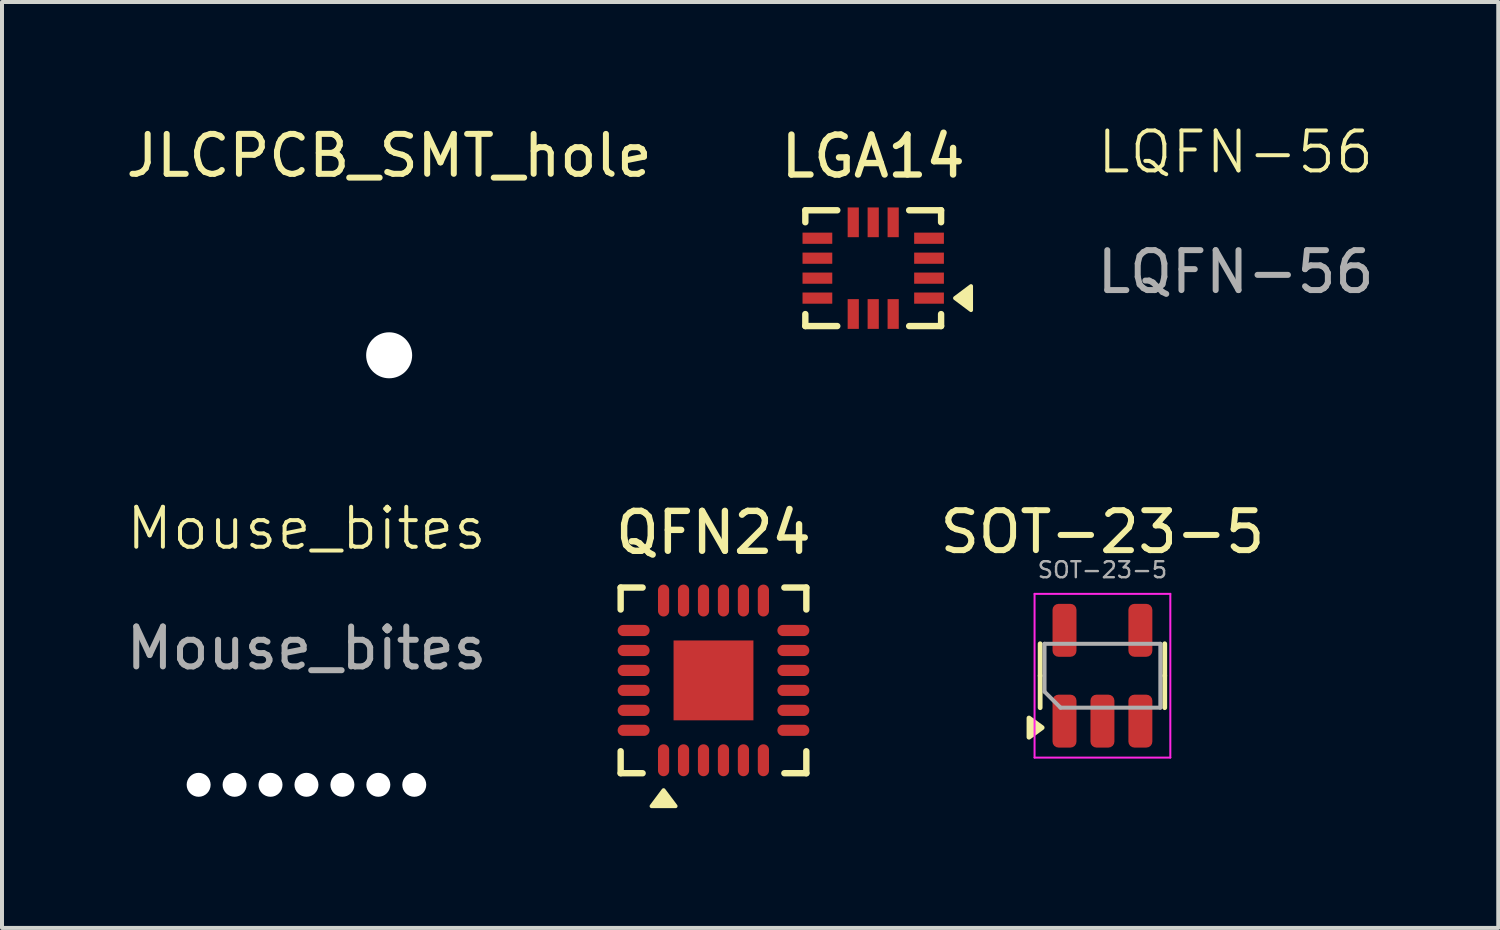
<source format=kicad_pcb>
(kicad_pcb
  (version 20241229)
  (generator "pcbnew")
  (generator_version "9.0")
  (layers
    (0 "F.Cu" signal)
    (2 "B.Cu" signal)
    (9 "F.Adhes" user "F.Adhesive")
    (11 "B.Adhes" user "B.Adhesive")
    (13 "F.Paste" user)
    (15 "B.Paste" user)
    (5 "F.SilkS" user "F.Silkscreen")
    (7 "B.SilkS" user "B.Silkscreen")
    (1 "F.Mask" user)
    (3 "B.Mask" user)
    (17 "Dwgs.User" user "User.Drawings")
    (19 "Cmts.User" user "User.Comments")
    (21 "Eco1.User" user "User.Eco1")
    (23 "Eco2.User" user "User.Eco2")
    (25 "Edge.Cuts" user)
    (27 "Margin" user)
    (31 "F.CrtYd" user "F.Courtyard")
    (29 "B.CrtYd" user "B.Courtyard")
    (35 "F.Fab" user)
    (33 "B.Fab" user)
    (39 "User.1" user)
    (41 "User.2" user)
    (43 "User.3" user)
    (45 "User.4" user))
  (footprint "JLCPCB_SMT_hole"
    (layer "F.Cu")
    (at 6.696 5.848)
    (property "Reference" "JLCPCB_SMT_hole" (at 0 -5 0) (layer "F.SilkS") (effects (font (size 1 1) (thickness 0.15))))
    (attr board_only exclude_from_pos_files exclude_from_bom)
    (pad "" np_thru_hole circle (at 0 0) (size 1.152 1.152) (drill 1.152) (layers "*.Cu" "*.Mask")))
  (footprint "LGA14"
    (layer "F.Cu")
    (at 18.819 3.666)
    (property "Reference" "LGA14" (at 0 -2.8 0) (layer "F.SilkS") (effects (font (size 1 1) (thickness 0.16))))
    (attr smd)
    (fp_line (start -1.7 -1.45) (end -1.7 -1.15) (stroke (width 0.16) (type solid)) (layer "F.SilkS"))
    (fp_line (start -1.7 -1.45) (end -0.9 -1.45) (stroke (width 0.16) (type solid)) (layer "F.SilkS"))
    (fp_line (start -1.7 1.15) (end -1.7 1.45) (stroke (width 0.16) (type solid)) (layer "F.SilkS"))
    (fp_line (start -1.7 1.45) (end -0.9 1.45) (stroke (width 0.16) (type solid)) (layer "F.SilkS"))
    (fp_line (start 1.7 -1.45) (end 0.9 -1.45) (stroke (width 0.16) (type solid)) (layer "F.SilkS"))
    (fp_line (start 1.7 -1.15) (end 1.7 -1.45) (stroke (width 0.16) (type solid)) (layer "F.SilkS"))
    (fp_line (start 1.7 1.45) (end 0.9 1.45) (stroke (width 0.16) (type solid)) (layer "F.SilkS"))
    (fp_line (start 1.7 1.45) (end 1.7 1.15) (stroke (width 0.16) (type solid)) (layer "F.SilkS"))
    (fp_poly (pts (xy 2.45 0.45) (xy 2.45 1.05) (xy 2.05 0.75)) (stroke (width 0.1) (type solid)) (fill yes) (layer "F.SilkS"))
    (pad "1" smd rect (at 1.398 0.75 180) (size 0.745 0.28) (layers "F.Cu" "F.Mask" "F.Paste"))
    (pad "2" smd rect (at 1.398 0.25 180) (size 0.745 0.28) (layers "F.Cu" "F.Mask" "F.Paste"))
    (pad "3" smd rect (at 1.398 -0.25 180) (size 0.745 0.28) (layers "F.Cu" "F.Mask" "F.Paste"))
    (pad "4" smd rect (at 1.398 -0.75 180) (size 0.745 0.28) (layers "F.Cu" "F.Mask" "F.Paste"))
    (pad "5" smd rect (at 0.5 -1.148 270) (size 0.745 0.28) (layers "F.Cu" "F.Mask" "F.Paste"))
    (pad "6" smd rect (at 0 -1.148 270) (size 0.745 0.28) (layers "F.Cu" "F.Mask" "F.Paste"))
    (pad "7" smd rect (at -0.5 -1.148 270) (size 0.745 0.28) (layers "F.Cu" "F.Mask" "F.Paste"))
    (pad "8" smd rect (at -1.398 -0.75 180) (size 0.745 0.28) (layers "F.Cu" "F.Mask" "F.Paste"))
    (pad "9" smd rect (at -1.398 -0.25 180) (size 0.745 0.28) (layers "F.Cu" "F.Mask" "F.Paste"))
    (pad "10" smd rect (at -1.398 0.25 180) (size 0.745 0.28) (layers "F.Cu" "F.Mask" "F.Paste"))
    (pad "11" smd rect (at -1.398 0.75 180) (size 0.745 0.28) (layers "F.Cu" "F.Mask" "F.Paste"))
    (pad "12" smd rect (at -0.5 1.148 270) (size 0.745 0.28) (layers "F.Cu" "F.Mask" "F.Paste"))
    (pad "13" smd rect (at 0 1.148 270) (size 0.745 0.28) (layers "F.Cu" "F.Mask" "F.Paste"))
    (pad "14" smd rect (at 0.5 1.148 270) (size 0.745 0.28) (layers "F.Cu" "F.Mask" "F.Paste"))
    (zone (net_name "") (layer "F.Cu") (hatch edge 0.5) (connect_pads) (min_thickness 0.25) (filled_areas_thickness no) (keepout (tracks allowed) (vias allowed) (pads allowed) (copperpour not_allowed) (footprints allowed)) (placement (enabled no)) (fill) (polygon (pts (xy 17.419 2.516) (xy 20.219 2.516) (xy 20.219 4.816) (xy 17.419 4.816)))))
  (footprint "LQFN-56"
    (layer "F.Cu")
    (at 27.896 1.26)
    (property "Reference" "LQFN-56" (at 0 -0.5 0) (unlocked yes) (layer "F.SilkS") (effects (font (size 1 1) (thickness 0.1))))
    (attr smd)
    (fp_text user "${REFERENCE}" (at 0 2.5 0) (unlocked yes) (layer "F.Fab") (effects (font (size 1 1) (thickness 0.15)))))
  (footprint "Mouse_bites"
    (layer "F.Cu")
    (at 4.625 16.605)
    (property "Reference" "Mouse_bites" (at 0 -6.42 0) (unlocked yes) (layer "F.SilkS") (effects (font (size 1 1) (thickness 0.1))))
    (attr through_hole)
    (fp_text user "${REFERENCE}" (at 0 -3.42 0) (unlocked yes) (layer "F.Fab") (effects (font (size 1 1) (thickness 0.15))))
    (pad "" np_thru_hole circle (at -2.7 0) (size 0.6 0.6) (drill 0.6) (layers "*.Cu" "*.Mask"))
    (pad "" np_thru_hole circle (at -1.8 0) (size 0.6 0.6) (drill 0.6) (layers "*.Cu" "*.Mask"))
    (pad "" np_thru_hole circle (at -0.9 0) (size 0.6 0.6) (drill 0.6) (layers "*.Cu" "*.Mask"))
    (pad "" np_thru_hole circle (at 0 0) (size 0.6 0.6) (drill 0.6) (layers "*.Cu" "*.Mask"))
    (pad "" np_thru_hole circle (at 0.9 0) (size 0.6 0.6) (drill 0.6) (layers "*.Cu" "*.Mask"))
    (pad "" np_thru_hole circle (at 1.8 0) (size 0.6 0.6) (drill 0.6) (layers "*.Cu" "*.Mask"))
    (pad "" np_thru_hole circle (at 2.7 0) (size 0.6 0.6) (drill 0.6) (layers "*.Cu" "*.Mask")))
  (footprint "QFN24"
    (layer "F.Cu")
    (at 14.819 13.99)
    (property "Reference" "QFN24" (at 0 -3.7 0) (layer "F.SilkS") (effects (font (size 1 1) (thickness 0.16))))
    (attr smd)
    (fp_line (start -2.325 -2.325) (end -2.325 -1.775) (stroke (width 0.16) (type solid)) (layer "F.SilkS"))
    (fp_line (start -2.325 -2.325) (end -1.775 -2.325) (stroke (width 0.16) (type solid)) (layer "F.SilkS"))
    (fp_line (start -2.325 2.325) (end -2.325 1.775) (stroke (width 0.16) (type solid)) (layer "F.SilkS"))
    (fp_line (start -2.325 2.325) (end -1.775 2.325) (stroke (width 0.16) (type solid)) (layer "F.SilkS"))
    (fp_line (start 2.325 -2.325) (end 1.775 -2.325) (stroke (width 0.16) (type solid)) (layer "F.SilkS"))
    (fp_line (start 2.325 -2.325) (end 2.325 -1.775) (stroke (width 0.16) (type solid)) (layer "F.SilkS"))
    (fp_line (start 2.325 2.325) (end 1.775 2.325) (stroke (width 0.16) (type solid)) (layer "F.SilkS"))
    (fp_line (start 2.325 2.325) (end 2.325 1.775) (stroke (width 0.16) (type solid)) (layer "F.SilkS"))
    (fp_poly (pts (xy -0.95 3.15) (xy -1.55 3.15) (xy -1.25 2.75)) (stroke (width 0.1) (type solid)) (fill yes) (layer "F.SilkS"))
    (pad "" smd rect (at 0 0) (size 2 2) (layers "F.Cu" "F.Mask" "F.Paste"))
    (pad "1" smd oval (at -1.25 2) (size 0.28 0.8) (layers "F.Cu" "F.Mask" "F.Paste"))
    (pad "2" smd oval (at -0.75 2) (size 0.28 0.8) (layers "F.Cu" "F.Mask" "F.Paste"))
    (pad "3" smd oval (at -0.25 2) (size 0.28 0.8) (layers "F.Cu" "F.Mask" "F.Paste"))
    (pad "4" smd oval (at 0.25 2) (size 0.28 0.8) (layers "F.Cu" "F.Mask" "F.Paste"))
    (pad "5" smd oval (at 0.75 2) (size 0.28 0.8) (layers "F.Cu" "F.Mask" "F.Paste"))
    (pad "6" smd oval (at 1.25 2) (size 0.28 0.8) (layers "F.Cu" "F.Mask" "F.Paste"))
    (pad "7" smd oval (at 2 1.25 90) (size 0.28 0.8) (layers "F.Cu" "F.Mask" "F.Paste"))
    (pad "8" smd oval (at 2 0.75 90) (size 0.28 0.8) (layers "F.Cu" "F.Mask" "F.Paste"))
    (pad "9" smd oval (at 2 0.25 90) (size 0.28 0.8) (layers "F.Cu" "F.Mask" "F.Paste"))
    (pad "10" smd oval (at 2 -0.25 90) (size 0.28 0.8) (layers "F.Cu" "F.Mask" "F.Paste"))
    (pad "11" smd oval (at 2 -0.75 90) (size 0.28 0.8) (layers "F.Cu" "F.Mask" "F.Paste"))
    (pad "12" smd oval (at 2 -1.25 90) (size 0.28 0.8) (layers "F.Cu" "F.Mask" "F.Paste"))
    (pad "13" smd oval (at 1.25 -2) (size 0.28 0.8) (layers "F.Cu" "F.Mask" "F.Paste"))
    (pad "14" smd oval (at 0.75 -2) (size 0.28 0.8) (layers "F.Cu" "F.Mask" "F.Paste"))
    (pad "15" smd oval (at 0.25 -2) (size 0.28 0.8) (layers "F.Cu" "F.Mask" "F.Paste"))
    (pad "16" smd oval (at -0.25 -2) (size 0.28 0.8) (layers "F.Cu" "F.Mask" "F.Paste"))
    (pad "17" smd oval (at -0.75 -2) (size 0.28 0.8) (layers "F.Cu" "F.Mask" "F.Paste"))
    (pad "18" smd oval (at -1.25 -2) (size 0.28 0.8) (layers "F.Cu" "F.Mask" "F.Paste"))
    (pad "19" smd oval (at -2 -1.25 90) (size 0.28 0.8) (layers "F.Cu" "F.Mask" "F.Paste"))
    (pad "20" smd oval (at -2 -0.75 90) (size 0.28 0.8) (layers "F.Cu" "F.Mask" "F.Paste"))
    (pad "21" smd oval (at -2 -0.25 90) (size 0.28 0.8) (layers "F.Cu" "F.Mask" "F.Paste"))
    (pad "22" smd oval (at -2 0.25 90) (size 0.28 0.8) (layers "F.Cu" "F.Mask" "F.Paste"))
    (pad "23" smd oval (at -2 0.75 90) (size 0.28 0.8) (layers "F.Cu" "F.Mask" "F.Paste"))
    (pad "24" smd oval (at -2 1.25 90) (size 0.28 0.8) (layers "F.Cu" "F.Mask" "F.Paste"))
    (zone (net_name "") (layer "F.Cu") (hatch edge 0.5) (connect_pads) (min_thickness 0.25) (filled_areas_thickness no) (keepout (tracks allowed) (vias allowed) (pads allowed) (copperpour not_allowed) (footprints allowed)) (placement (enabled no)) (fill) (polygon (pts (xy 12.819 11.99) (xy 16.819 11.99) (xy 16.819 15.99) (xy 12.819 15.99)))))
  (footprint "SOT-23-5"
    (layer "F.Cu")
    (at 24.56 13.873)
    (property "Reference" "SOT-23-5" (at 0 -3.6 0) (layer "F.SilkS") (effects (font (size 1 1) (thickness 0.15))))
    (attr smd)
    (fp_line (start -1.56 0) (end -1.56 -0.8) (stroke (width 0.12) (type solid)) (layer "F.SilkS"))
    (fp_line (start -1.56 0) (end -1.56 0.8) (stroke (width 0.12) (type solid)) (layer "F.SilkS"))
    (fp_line (start 1.56 0) (end 1.56 -0.8) (stroke (width 0.12) (type solid)) (layer "F.SilkS"))
    (fp_line (start 1.56 0) (end 1.56 0.8) (stroke (width 0.12) (type solid)) (layer "F.SilkS"))
    (fp_poly (pts (xy -1.51 1.3) (xy -1.84 1.54) (xy -1.84 1.06) (xy -1.51 1.3)) (stroke (width 0.12) (type solid)) (fill yes) (layer "F.SilkS"))
    (fp_line (start -1.7 -2.05) (end -1.7 2.05) (stroke (width 0.05) (type solid)) (layer "F.CrtYd"))
    (fp_line (start -1.7 2.05) (end 1.7 2.05) (stroke (width 0.05) (type solid)) (layer "F.CrtYd"))
    (fp_line (start 1.7 -2.05) (end -1.7 -2.05) (stroke (width 0.05) (type solid)) (layer "F.CrtYd"))
    (fp_line (start 1.7 2.05) (end 1.7 -2.05) (stroke (width 0.05) (type solid)) (layer "F.CrtYd"))
    (fp_line (start -1.45 -0.8) (end 1.45 -0.8) (stroke (width 0.1) (type solid)) (layer "F.Fab"))
    (fp_line (start -1.45 0.4) (end -1.45 -0.8) (stroke (width 0.1) (type solid)) (layer "F.Fab"))
    (fp_line (start -1.05 0.8) (end -1.45 0.4) (stroke (width 0.1) (type solid)) (layer "F.Fab"))
    (fp_line (start 1.45 -0.8) (end 1.45 0.8) (stroke (width 0.1) (type solid)) (layer "F.Fab"))
    (fp_line (start 1.45 0.8) (end -1.05 0.8) (stroke (width 0.1) (type solid)) (layer "F.Fab"))
    (fp_text user "${REFERENCE}" (at 0 -2.65 0) (layer "F.Fab") (effects (font (size 0.4 0.4) (thickness 0.06))))
    (pad "1" smd roundrect (at -0.95 1.137 90) (size 1.325 0.6) (layers "F.Cu" "F.Mask" "F.Paste") (roundrect_rratio 0.25))
    (pad "2" smd roundrect (at 0 1.137 90) (size 1.325 0.6) (layers "F.Cu" "F.Mask" "F.Paste") (roundrect_rratio 0.25))
    (pad "3" smd roundrect (at 0.95 1.137 90) (size 1.325 0.6) (layers "F.Cu" "F.Mask" "F.Paste") (roundrect_rratio 0.25))
    (pad "4" smd roundrect (at 0.95 -1.137 90) (size 1.325 0.6) (layers "F.Cu" "F.Mask" "F.Paste") (roundrect_rratio 0.25))
    (pad "5" smd roundrect (at -0.95 -1.137 90) (size 1.325 0.6) (layers "F.Cu" "F.Mask" "F.Paste") (roundrect_rratio 0.25)))
  (gr_rect
    (start -3 -3)
    (end 34.473 20.19)
    (stroke (width 0.1) (type default))
    (fill no)
    (layer "Edge.Cuts")))
</source>
